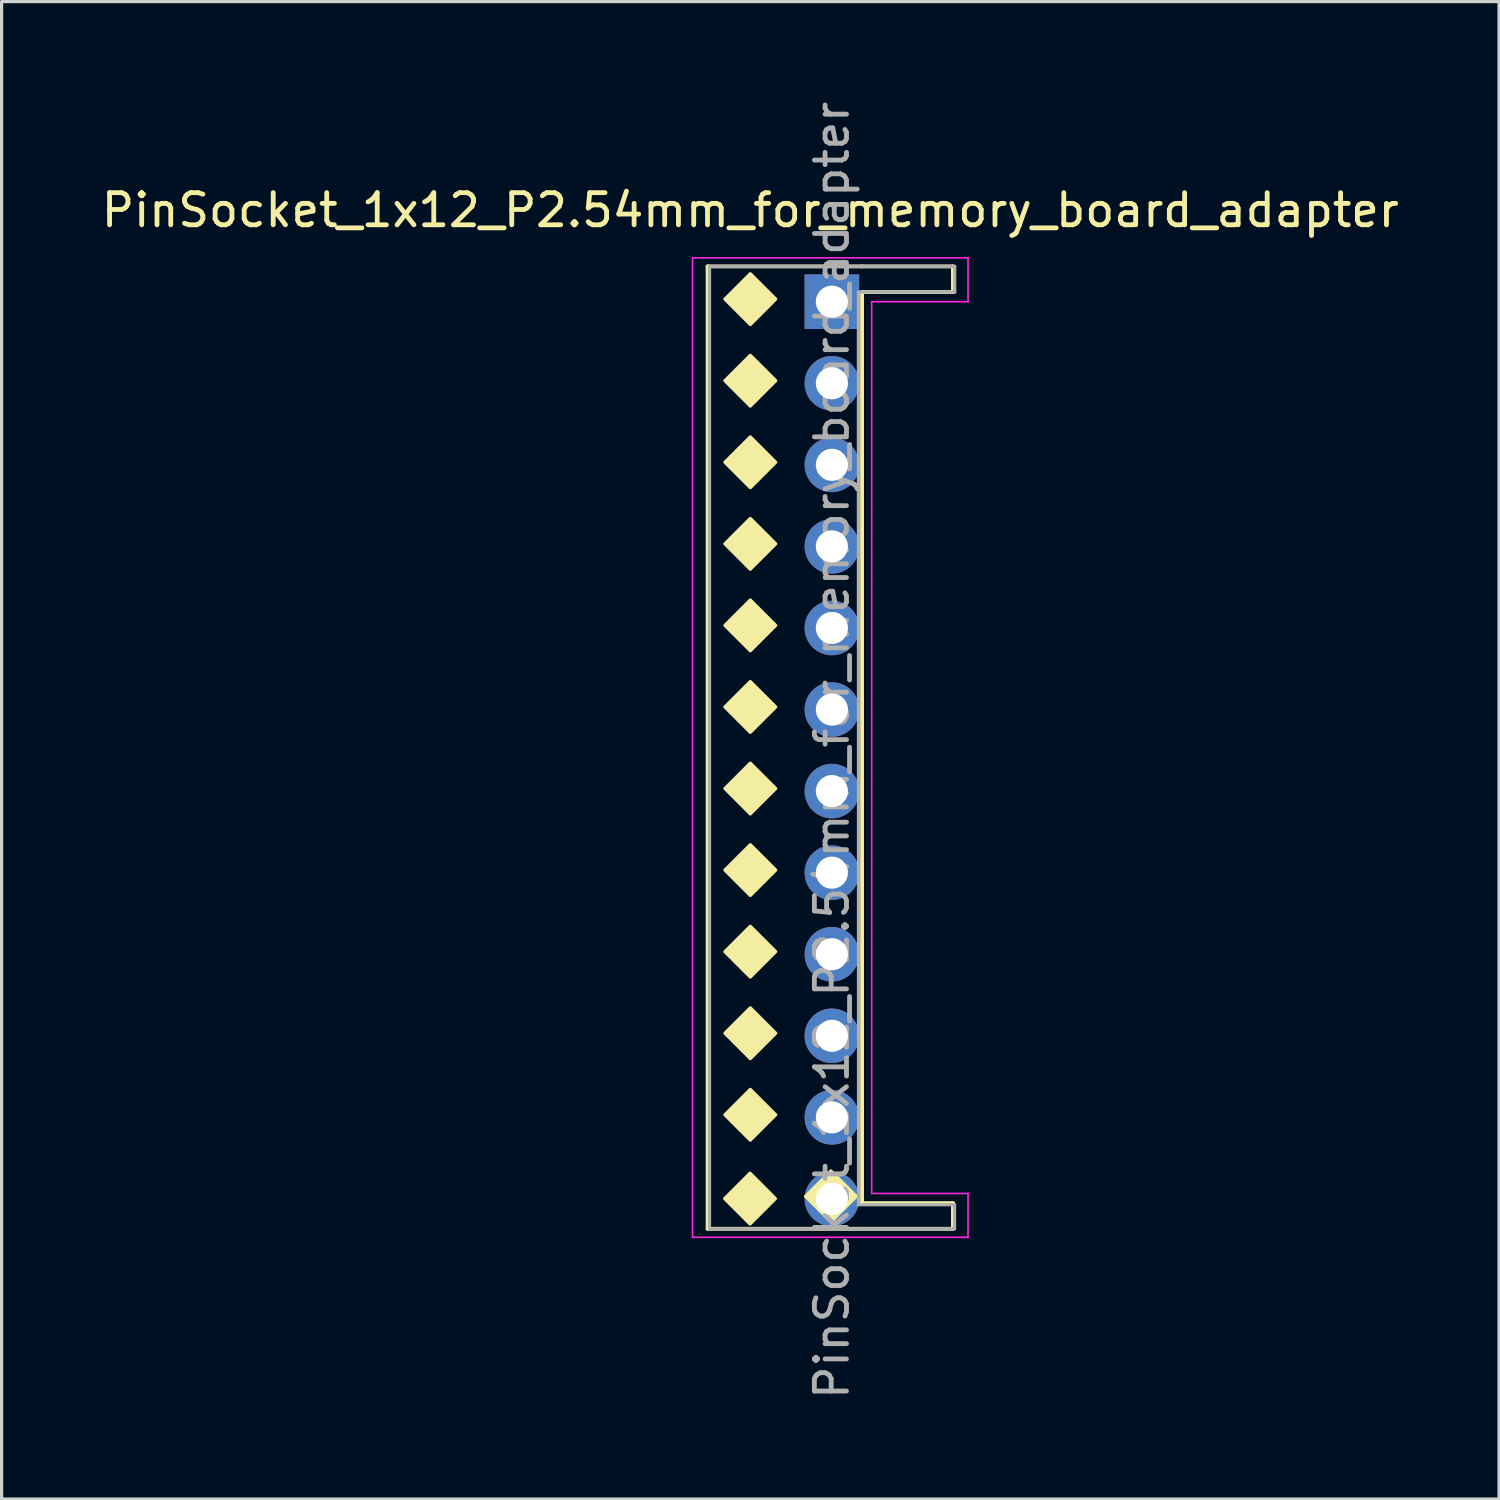
<source format=kicad_pcb>
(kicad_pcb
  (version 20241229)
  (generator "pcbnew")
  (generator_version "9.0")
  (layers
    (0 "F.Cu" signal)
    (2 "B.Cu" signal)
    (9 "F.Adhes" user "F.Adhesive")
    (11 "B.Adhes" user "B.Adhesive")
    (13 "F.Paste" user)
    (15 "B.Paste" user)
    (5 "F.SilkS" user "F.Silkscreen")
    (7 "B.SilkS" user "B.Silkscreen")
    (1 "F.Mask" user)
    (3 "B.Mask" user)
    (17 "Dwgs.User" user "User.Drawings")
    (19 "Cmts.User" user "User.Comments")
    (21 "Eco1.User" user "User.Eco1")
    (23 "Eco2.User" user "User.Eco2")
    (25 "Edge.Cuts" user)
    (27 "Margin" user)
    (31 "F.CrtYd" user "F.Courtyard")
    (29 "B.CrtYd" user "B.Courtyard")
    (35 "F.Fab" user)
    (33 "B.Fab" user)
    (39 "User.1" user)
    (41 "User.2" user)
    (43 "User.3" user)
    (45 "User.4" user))
  (footprint "PinSocket_1x12_P2.54mm_for_memory_board_adapter"
    (layer "F.Cu")
    (at 22.855 6.345)
    (property "Reference" "PinSocket_1x12_P2.54mm_for_memory_board_adapter" (at -2.54 -2.85 0) (layer "F.SilkS") (effects (font (size 1 1) (thickness 0.15))))
    (attr through_hole)
    (fp_line (start -3.87 -1.1) (end -3.87 28.87) (stroke (width 0.12) (type solid)) (layer "F.SilkS"))
    (fp_line (start 0.94 -1.1) (end -3.87 -1.1) (stroke (width 0.12) (type solid)) (layer "F.SilkS"))
    (fp_line (start 0.94 -1.1) (end 3.77 -1.1) (stroke (width 0.12) (type solid)) (layer "F.SilkS"))
    (fp_line (start 0.94 -0.3) (end 0.94 28.07) (stroke (width 0.12) (type solid)) (layer "F.SilkS"))
    (fp_line (start 3.77 -1.1) (end 3.77 -0.3) (stroke (width 0.12) (type solid)) (layer "F.SilkS"))
    (fp_line (start 3.77 -0.3) (end 0.94 -0.3) (stroke (width 0.12) (type solid)) (layer "F.SilkS"))
    (fp_line (start 3.77 28.07) (end 0.94 28.07) (stroke (width 0.12) (type solid)) (layer "F.SilkS"))
    (fp_line (start 3.77 28.87) (end -3.87 28.87) (stroke (width 0.12) (type solid)) (layer "F.SilkS"))
    (fp_line (start 3.77 28.87) (end 3.77 28.07) (stroke (width 0.12) (type solid)) (layer "F.SilkS"))
    (fp_poly (pts (xy -1.759 27.93) (xy -2.549 28.721) (xy -3.34 27.93) (xy -2.549 27.139)) (stroke (width 0.1) (type solid)) (fill yes) (layer "F.SilkS"))
    (fp_poly (pts (xy -1.749 -0.08) (xy -2.54 0.711) (xy -3.331 -0.08) (xy -2.54 -0.871)) (stroke (width 0.1) (type solid)) (fill yes) (layer "F.SilkS"))
    (fp_poly (pts (xy -1.749 2.46) (xy -2.54 3.251) (xy -3.331 2.46) (xy -2.54 1.669)) (stroke (width 0.1) (type solid)) (fill yes) (layer "F.SilkS"))
    (fp_poly (pts (xy -1.749 5) (xy -2.54 5.791) (xy -3.331 5) (xy -2.54 4.209)) (stroke (width 0.1) (type solid)) (fill yes) (layer "F.SilkS"))
    (fp_poly (pts (xy -1.749 7.54) (xy -2.54 8.331) (xy -3.331 7.54) (xy -2.54 6.749)) (stroke (width 0.1) (type solid)) (fill yes) (layer "F.SilkS"))
    (fp_poly (pts (xy -1.749 10.08) (xy -2.54 10.871) (xy -3.331 10.08) (xy -2.54 9.289)) (stroke (width 0.1) (type solid)) (fill yes) (layer "F.SilkS"))
    (fp_poly (pts (xy -1.749 12.62) (xy -2.54 13.411) (xy -3.331 12.62) (xy -2.54 11.829)) (stroke (width 0.1) (type solid)) (fill yes) (layer "F.SilkS"))
    (fp_poly (pts (xy -1.749 15.16) (xy -2.54 15.951) (xy -3.331 15.16) (xy -2.54 14.369)) (stroke (width 0.1) (type solid)) (fill yes) (layer "F.SilkS"))
    (fp_poly (pts (xy -1.749 17.7) (xy -2.54 18.491) (xy -3.331 17.7) (xy -2.54 16.909)) (stroke (width 0.1) (type solid)) (fill yes) (layer "F.SilkS"))
    (fp_poly (pts (xy -1.749 20.24) (xy -2.54 21.031) (xy -3.331 20.24) (xy -2.54 19.449)) (stroke (width 0.1) (type solid)) (fill yes) (layer "F.SilkS"))
    (fp_poly (pts (xy -1.749 22.78) (xy -2.54 23.571) (xy -3.331 22.78) (xy -2.54 21.989)) (stroke (width 0.1) (type solid)) (fill yes) (layer "F.SilkS"))
    (fp_poly (pts (xy -1.749 25.32) (xy -2.54 26.111) (xy -3.331 25.32) (xy -2.54 24.529)) (stroke (width 0.1) (type solid)) (fill yes) (layer "F.SilkS"))
    (fp_poly (pts (xy 0.761 27.86) (xy -0.03 28.651) (xy -0.821 27.86) (xy -0.03 27.069)) (stroke (width 0.1) (type solid)) (fill yes) (layer "F.SilkS"))
    (fp_line (start -4.34 -1.365) (end 4.24 -1.365) (stroke (width 0.05) (type solid)) (layer "F.CrtYd"))
    (fp_line (start -4.34 29.135) (end -4.34 -1.365) (stroke (width 0.05) (type solid)) (layer "F.CrtYd"))
    (fp_line (start 1.24 0) (end 1.24 27.77) (stroke (width 0.05) (type solid)) (layer "F.CrtYd"))
    (fp_line (start 4.24 -1.365) (end 4.24 0) (stroke (width 0.05) (type solid)) (layer "F.CrtYd"))
    (fp_line (start 4.24 0) (end 1.24 0) (stroke (width 0.05) (type solid)) (layer "F.CrtYd"))
    (fp_line (start 4.24 27.77) (end 1.24 27.77) (stroke (width 0.05) (type solid)) (layer "F.CrtYd"))
    (fp_line (start 4.24 29.135) (end -4.34 29.135) (stroke (width 0.05) (type solid)) (layer "F.CrtYd"))
    (fp_line (start 4.24 29.135) (end 4.24 27.77) (stroke (width 0.05) (type solid)) (layer "F.CrtYd"))
    (fp_line (start -3.81 -1.1) (end 3.825 -1.1) (stroke (width 0.1) (type solid)) (layer "F.Fab"))
    (fp_line (start -3.81 28.87) (end -3.81 -1.1) (stroke (width 0.1) (type solid)) (layer "F.Fab"))
    (fp_line (start 0.82 28.87) (end -3.81 28.87) (stroke (width 0.1) (type solid)) (layer "F.Fab"))
    (fp_line (start 0.82 28.87) (end 3.82 28.87) (stroke (width 0.1) (type solid)) (layer "F.Fab"))
    (fp_line (start 0.83 28.12) (end 0.825 -0.3) (stroke (width 0.1) (type solid)) (layer "F.Fab"))
    (fp_line (start 3.82 28.12) (end 0.82 28.12) (stroke (width 0.1) (type solid)) (layer "F.Fab"))
    (fp_line (start 3.82 28.87) (end 3.82 28.12) (stroke (width 0.1) (type solid)) (layer "F.Fab"))
    (fp_line (start 3.825 -1.1) (end 3.825 -0.3) (stroke (width 0.1) (type solid)) (layer "F.Fab"))
    (fp_line (start 3.825 -0.3) (end 0.825 -0.3) (stroke (width 0.1) (type solid)) (layer "F.Fab"))
    (fp_text user "${REFERENCE}" (at 0 13.97 90) (layer "F.Fab") (effects (font (size 1 1) (thickness 0.15))))
    (pad "1" thru_hole rect (at 0 0) (size 1.7 1.7) (drill 1) (layers "*.Cu" "*.Mask"))
    (pad "2" thru_hole oval (at 0 2.54) (size 1.7 1.7) (drill 1) (layers "*.Cu" "*.Mask"))
    (pad "3" thru_hole oval (at 0 5.08) (size 1.7 1.7) (drill 1) (layers "*.Cu" "*.Mask"))
    (pad "4" thru_hole oval (at 0 7.62) (size 1.7 1.7) (drill 1) (layers "*.Cu" "*.Mask"))
    (pad "5" thru_hole oval (at 0 10.16) (size 1.7 1.7) (drill 1) (layers "*.Cu" "*.Mask"))
    (pad "6" thru_hole oval (at 0 12.7) (size 1.7 1.7) (drill 1) (layers "*.Cu" "*.Mask"))
    (pad "7" thru_hole oval (at 0 15.24) (size 1.7 1.7) (drill 1) (layers "*.Cu" "*.Mask"))
    (pad "8" thru_hole oval (at 0 17.78) (size 1.7 1.7) (drill 1) (layers "*.Cu" "*.Mask"))
    (pad "9" thru_hole oval (at 0 20.32) (size 1.7 1.7) (drill 1) (layers "*.Cu" "*.Mask"))
    (pad "10" thru_hole oval (at 0 22.86) (size 1.7 1.7) (drill 1) (layers "*.Cu" "*.Mask"))
    (pad "11" thru_hole oval (at 0 25.4) (size 1.7 1.7) (drill 1) (layers "*.Cu" "*.Mask"))
    (pad "12" thru_hole oval (at 0 27.94) (size 1.7 1.7) (drill 1) (layers "*.Cu" "*.Mask")))
  (gr_rect
    (start -3 -3)
    (end 43.631 43.631)
    (stroke (width 0.1) (type default))
    (fill no)
    (layer "Edge.Cuts")))
</source>
